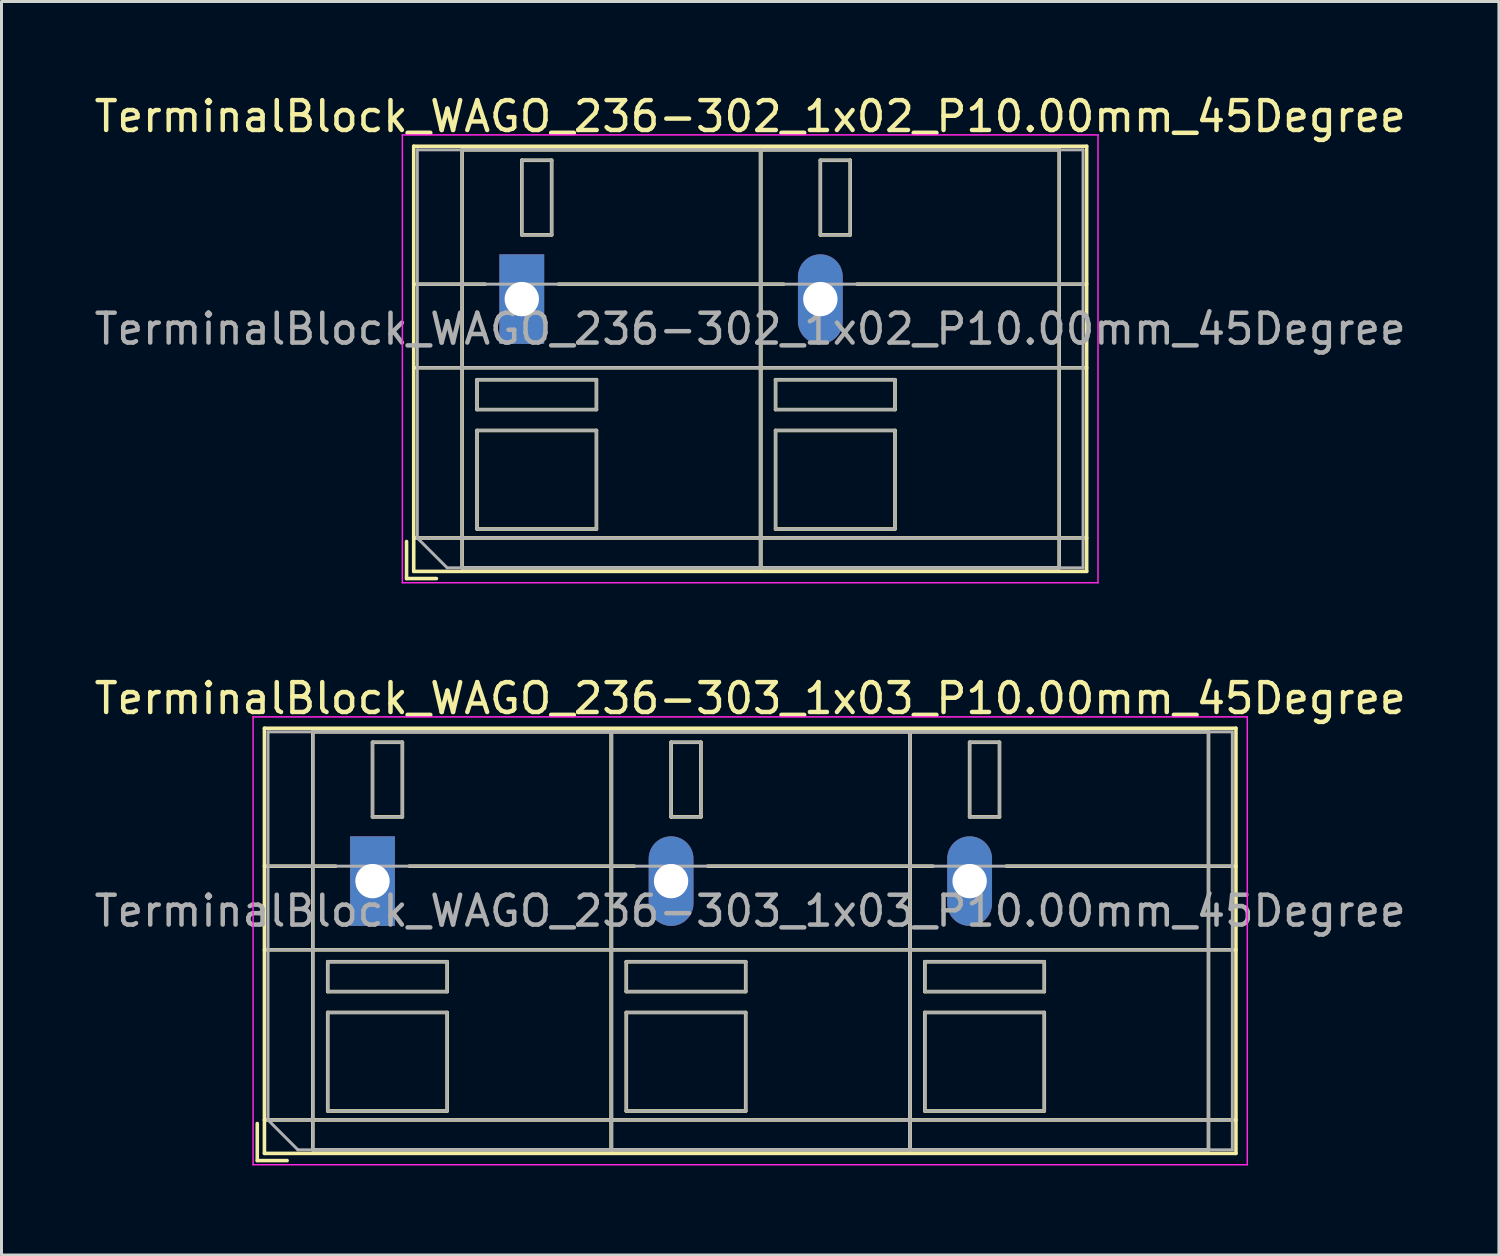
<source format=kicad_pcb>
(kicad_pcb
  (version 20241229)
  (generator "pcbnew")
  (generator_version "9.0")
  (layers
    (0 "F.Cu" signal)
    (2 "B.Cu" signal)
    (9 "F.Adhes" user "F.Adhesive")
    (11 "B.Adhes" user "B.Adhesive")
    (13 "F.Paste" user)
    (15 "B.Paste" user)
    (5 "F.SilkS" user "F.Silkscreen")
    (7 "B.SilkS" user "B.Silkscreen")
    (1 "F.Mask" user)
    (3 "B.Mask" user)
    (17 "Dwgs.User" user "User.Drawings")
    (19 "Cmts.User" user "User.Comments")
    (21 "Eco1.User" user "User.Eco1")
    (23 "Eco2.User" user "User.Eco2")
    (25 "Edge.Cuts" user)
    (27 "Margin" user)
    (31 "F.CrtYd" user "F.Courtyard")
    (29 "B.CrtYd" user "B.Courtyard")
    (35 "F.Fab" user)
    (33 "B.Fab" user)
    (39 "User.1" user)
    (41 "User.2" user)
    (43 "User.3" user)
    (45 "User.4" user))
  (footprint "TerminalBlock_WAGO_236-303_1x03_P10.00mm_45Degree"
    (layer "F.Cu")
    (at 9.427 26.462)
    (property "Reference" "TerminalBlock_WAGO_236-303_1x03_P10.00mm_45Degree" (at 12.65 -6.12 0) (layer "F.SilkS") (effects (font (size 1 1) (thickness 0.15))))
    (attr through_hole)
    (fp_line (start -3.86 8.12) (end -3.86 9.36) (stroke (width 0.12) (type solid)) (layer "F.SilkS"))
    (fp_line (start -3.86 9.36) (end -2.86 9.36) (stroke (width 0.12) (type solid)) (layer "F.SilkS"))
    (fp_line (start -3.62 -5.12) (end -3.62 9.12) (stroke (width 0.12) (type solid)) (layer "F.SilkS"))
    (fp_line (start -3.62 -5.12) (end 28.92 -5.12) (stroke (width 0.12) (type solid)) (layer "F.SilkS"))
    (fp_line (start -3.62 -0.5) (end -1.23 -0.5) (stroke (width 0.12) (type solid)) (layer "F.SilkS"))
    (fp_line (start -3.62 2.3) (end 28.92 2.3) (stroke (width 0.12) (type solid)) (layer "F.SilkS"))
    (fp_line (start -3.62 8) (end 28.92 8) (stroke (width 0.12) (type solid)) (layer "F.SilkS"))
    (fp_line (start -3.62 9.12) (end 28.92 9.12) (stroke (width 0.12) (type solid)) (layer "F.SilkS"))
    (fp_line (start -2 -5) (end -2 9) (stroke (width 0.12) (type solid)) (layer "F.SilkS"))
    (fp_line (start -2 -5) (end 8 -5) (stroke (width 0.12) (type solid)) (layer "F.SilkS"))
    (fp_line (start -2 9) (end 8 9) (stroke (width 0.12) (type solid)) (layer "F.SilkS"))
    (fp_line (start -1.5 2.7) (end -1.5 3.7) (stroke (width 0.12) (type solid)) (layer "F.SilkS"))
    (fp_line (start -1.5 2.7) (end 2.5 2.7) (stroke (width 0.12) (type solid)) (layer "F.SilkS"))
    (fp_line (start -1.5 3.7) (end 2.5 3.7) (stroke (width 0.12) (type solid)) (layer "F.SilkS"))
    (fp_line (start -1.5 4.4) (end -1.5 7.7) (stroke (width 0.12) (type solid)) (layer "F.SilkS"))
    (fp_line (start -1.5 4.4) (end 2.5 4.4) (stroke (width 0.12) (type solid)) (layer "F.SilkS"))
    (fp_line (start -1.5 7.7) (end 2.5 7.7) (stroke (width 0.12) (type solid)) (layer "F.SilkS"))
    (fp_line (start 0 -4.65) (end 0 -2.151) (stroke (width 0.12) (type solid)) (layer "F.SilkS"))
    (fp_line (start 0 -4.65) (end 1 -4.65) (stroke (width 0.12) (type solid)) (layer "F.SilkS"))
    (fp_line (start 0 -2.151) (end 1 -2.151) (stroke (width 0.12) (type solid)) (layer "F.SilkS"))
    (fp_line (start 1 -4.65) (end 1 -2.151) (stroke (width 0.12) (type solid)) (layer "F.SilkS"))
    (fp_line (start 1.23 -0.5) (end 8.77 -0.5) (stroke (width 0.12) (type solid)) (layer "F.SilkS"))
    (fp_line (start 2.5 2.7) (end 2.5 3.7) (stroke (width 0.12) (type solid)) (layer "F.SilkS"))
    (fp_line (start 2.5 4.4) (end 2.5 7.7) (stroke (width 0.12) (type solid)) (layer "F.SilkS"))
    (fp_line (start 8 -5) (end 8 9) (stroke (width 0.12) (type solid)) (layer "F.SilkS"))
    (fp_line (start 8 -5) (end 8 9) (stroke (width 0.12) (type solid)) (layer "F.SilkS"))
    (fp_line (start 8 -5) (end 18 -5) (stroke (width 0.12) (type solid)) (layer "F.SilkS"))
    (fp_line (start 8 9) (end 18 9) (stroke (width 0.12) (type solid)) (layer "F.SilkS"))
    (fp_line (start 8.5 2.7) (end 8.5 3.7) (stroke (width 0.12) (type solid)) (layer "F.SilkS"))
    (fp_line (start 8.5 2.7) (end 12.5 2.7) (stroke (width 0.12) (type solid)) (layer "F.SilkS"))
    (fp_line (start 8.5 3.7) (end 12.5 3.7) (stroke (width 0.12) (type solid)) (layer "F.SilkS"))
    (fp_line (start 8.5 4.4) (end 8.5 7.7) (stroke (width 0.12) (type solid)) (layer "F.SilkS"))
    (fp_line (start 8.5 4.4) (end 12.5 4.4) (stroke (width 0.12) (type solid)) (layer "F.SilkS"))
    (fp_line (start 8.5 7.7) (end 12.5 7.7) (stroke (width 0.12) (type solid)) (layer "F.SilkS"))
    (fp_line (start 10 -4.65) (end 10 -2.151) (stroke (width 0.12) (type solid)) (layer "F.SilkS"))
    (fp_line (start 10 -4.65) (end 11 -4.65) (stroke (width 0.12) (type solid)) (layer "F.SilkS"))
    (fp_line (start 10 -2.151) (end 11 -2.151) (stroke (width 0.12) (type solid)) (layer "F.SilkS"))
    (fp_line (start 11 -4.65) (end 11 -2.151) (stroke (width 0.12) (type solid)) (layer "F.SilkS"))
    (fp_line (start 11.23 -0.5) (end 18.77 -0.5) (stroke (width 0.12) (type solid)) (layer "F.SilkS"))
    (fp_line (start 12.5 2.7) (end 12.5 3.7) (stroke (width 0.12) (type solid)) (layer "F.SilkS"))
    (fp_line (start 12.5 4.4) (end 12.5 7.7) (stroke (width 0.12) (type solid)) (layer "F.SilkS"))
    (fp_line (start 18 -5) (end 18 9) (stroke (width 0.12) (type solid)) (layer "F.SilkS"))
    (fp_line (start 18 -5) (end 18 9) (stroke (width 0.12) (type solid)) (layer "F.SilkS"))
    (fp_line (start 18 -5) (end 28 -5) (stroke (width 0.12) (type solid)) (layer "F.SilkS"))
    (fp_line (start 18 9) (end 28 9) (stroke (width 0.12) (type solid)) (layer "F.SilkS"))
    (fp_line (start 18.5 2.7) (end 18.5 3.7) (stroke (width 0.12) (type solid)) (layer "F.SilkS"))
    (fp_line (start 18.5 2.7) (end 22.5 2.7) (stroke (width 0.12) (type solid)) (layer "F.SilkS"))
    (fp_line (start 18.5 3.7) (end 22.5 3.7) (stroke (width 0.12) (type solid)) (layer "F.SilkS"))
    (fp_line (start 18.5 4.4) (end 18.5 7.7) (stroke (width 0.12) (type solid)) (layer "F.SilkS"))
    (fp_line (start 18.5 4.4) (end 22.5 4.4) (stroke (width 0.12) (type solid)) (layer "F.SilkS"))
    (fp_line (start 18.5 7.7) (end 22.5 7.7) (stroke (width 0.12) (type solid)) (layer "F.SilkS"))
    (fp_line (start 20 -4.65) (end 20 -2.151) (stroke (width 0.12) (type solid)) (layer "F.SilkS"))
    (fp_line (start 20 -4.65) (end 21 -4.65) (stroke (width 0.12) (type solid)) (layer "F.SilkS"))
    (fp_line (start 20 -2.151) (end 21 -2.151) (stroke (width 0.12) (type solid)) (layer "F.SilkS"))
    (fp_line (start 21 -4.65) (end 21 -2.151) (stroke (width 0.12) (type solid)) (layer "F.SilkS"))
    (fp_line (start 21.23 -0.5) (end 28.92 -0.5) (stroke (width 0.12) (type solid)) (layer "F.SilkS"))
    (fp_line (start 22.5 2.7) (end 22.5 3.7) (stroke (width 0.12) (type solid)) (layer "F.SilkS"))
    (fp_line (start 22.5 4.4) (end 22.5 7.7) (stroke (width 0.12) (type solid)) (layer "F.SilkS"))
    (fp_line (start 28 -5) (end 28 9) (stroke (width 0.12) (type solid)) (layer "F.SilkS"))
    (fp_line (start 28.92 -5.12) (end 28.92 9.12) (stroke (width 0.12) (type solid)) (layer "F.SilkS"))
    (fp_line (start -4 -5.5) (end -4 9.5) (stroke (width 0.05) (type solid)) (layer "F.CrtYd"))
    (fp_line (start -4 9.5) (end 29.3 9.5) (stroke (width 0.05) (type solid)) (layer "F.CrtYd"))
    (fp_line (start 29.3 -5.5) (end -4 -5.5) (stroke (width 0.05) (type solid)) (layer "F.CrtYd"))
    (fp_line (start 29.3 9.5) (end 29.3 -5.5) (stroke (width 0.05) (type solid)) (layer "F.CrtYd"))
    (fp_line (start -3.5 -5) (end 28.8 -5) (stroke (width 0.1) (type solid)) (layer "F.Fab"))
    (fp_line (start -3.5 -0.5) (end 28.8 -0.5) (stroke (width 0.1) (type solid)) (layer "F.Fab"))
    (fp_line (start -3.5 2.3) (end 28.8 2.3) (stroke (width 0.1) (type solid)) (layer "F.Fab"))
    (fp_line (start -3.5 8) (end -3.5 -5) (stroke (width 0.1) (type solid)) (layer "F.Fab"))
    (fp_line (start -3.5 8) (end 28.8 8) (stroke (width 0.1) (type solid)) (layer "F.Fab"))
    (fp_line (start -2.5 9) (end -3.5 8) (stroke (width 0.1) (type solid)) (layer "F.Fab"))
    (fp_line (start -2 -5) (end -2 9) (stroke (width 0.1) (type solid)) (layer "F.Fab"))
    (fp_line (start -2 9) (end 8 9) (stroke (width 0.1) (type solid)) (layer "F.Fab"))
    (fp_line (start -1.5 2.7) (end -1.5 3.7) (stroke (width 0.1) (type solid)) (layer "F.Fab"))
    (fp_line (start -1.5 3.7) (end 2.5 3.7) (stroke (width 0.1) (type solid)) (layer "F.Fab"))
    (fp_line (start -1.5 4.4) (end -1.5 7.7) (stroke (width 0.1) (type solid)) (layer "F.Fab"))
    (fp_line (start -1.5 7.7) (end 2.5 7.7) (stroke (width 0.1) (type solid)) (layer "F.Fab"))
    (fp_line (start 0 -4.65) (end 0 -2.15) (stroke (width 0.1) (type solid)) (layer "F.Fab"))
    (fp_line (start 0 -2.15) (end 1 -2.15) (stroke (width 0.1) (type solid)) (layer "F.Fab"))
    (fp_line (start 1 -4.65) (end 0 -4.65) (stroke (width 0.1) (type solid)) (layer "F.Fab"))
    (fp_line (start 1 -2.15) (end 1 -4.65) (stroke (width 0.1) (type solid)) (layer "F.Fab"))
    (fp_line (start 2.5 2.7) (end -1.5 2.7) (stroke (width 0.1) (type solid)) (layer "F.Fab"))
    (fp_line (start 2.5 3.7) (end 2.5 2.7) (stroke (width 0.1) (type solid)) (layer "F.Fab"))
    (fp_line (start 2.5 4.4) (end -1.5 4.4) (stroke (width 0.1) (type solid)) (layer "F.Fab"))
    (fp_line (start 2.5 7.7) (end 2.5 4.4) (stroke (width 0.1) (type solid)) (layer "F.Fab"))
    (fp_line (start 8 -5) (end -2 -5) (stroke (width 0.1) (type solid)) (layer "F.Fab"))
    (fp_line (start 8 -5) (end 8 9) (stroke (width 0.1) (type solid)) (layer "F.Fab"))
    (fp_line (start 8 9) (end 8 -5) (stroke (width 0.1) (type solid)) (layer "F.Fab"))
    (fp_line (start 8 9) (end 18 9) (stroke (width 0.1) (type solid)) (layer "F.Fab"))
    (fp_line (start 8.5 2.7) (end 8.5 3.7) (stroke (width 0.1) (type solid)) (layer "F.Fab"))
    (fp_line (start 8.5 3.7) (end 12.5 3.7) (stroke (width 0.1) (type solid)) (layer "F.Fab"))
    (fp_line (start 8.5 4.4) (end 8.5 7.7) (stroke (width 0.1) (type solid)) (layer "F.Fab"))
    (fp_line (start 8.5 7.7) (end 12.5 7.7) (stroke (width 0.1) (type solid)) (layer "F.Fab"))
    (fp_line (start 10 -4.65) (end 10 -2.15) (stroke (width 0.1) (type solid)) (layer "F.Fab"))
    (fp_line (start 10 -2.15) (end 11 -2.15) (stroke (width 0.1) (type solid)) (layer "F.Fab"))
    (fp_line (start 11 -4.65) (end 10 -4.65) (stroke (width 0.1) (type solid)) (layer "F.Fab"))
    (fp_line (start 11 -2.15) (end 11 -4.65) (stroke (width 0.1) (type solid)) (layer "F.Fab"))
    (fp_line (start 12.5 2.7) (end 8.5 2.7) (stroke (width 0.1) (type solid)) (layer "F.Fab"))
    (fp_line (start 12.5 3.7) (end 12.5 2.7) (stroke (width 0.1) (type solid)) (layer "F.Fab"))
    (fp_line (start 12.5 4.4) (end 8.5 4.4) (stroke (width 0.1) (type solid)) (layer "F.Fab"))
    (fp_line (start 12.5 7.7) (end 12.5 4.4) (stroke (width 0.1) (type solid)) (layer "F.Fab"))
    (fp_line (start 18 -5) (end 8 -5) (stroke (width 0.1) (type solid)) (layer "F.Fab"))
    (fp_line (start 18 -5) (end 18 9) (stroke (width 0.1) (type solid)) (layer "F.Fab"))
    (fp_line (start 18 9) (end 18 -5) (stroke (width 0.1) (type solid)) (layer "F.Fab"))
    (fp_line (start 18 9) (end 28 9) (stroke (width 0.1) (type solid)) (layer "F.Fab"))
    (fp_line (start 18.5 2.7) (end 18.5 3.7) (stroke (width 0.1) (type solid)) (layer "F.Fab"))
    (fp_line (start 18.5 3.7) (end 22.5 3.7) (stroke (width 0.1) (type solid)) (layer "F.Fab"))
    (fp_line (start 18.5 4.4) (end 18.5 7.7) (stroke (width 0.1) (type solid)) (layer "F.Fab"))
    (fp_line (start 18.5 7.7) (end 22.5 7.7) (stroke (width 0.1) (type solid)) (layer "F.Fab"))
    (fp_line (start 20 -4.65) (end 20 -2.15) (stroke (width 0.1) (type solid)) (layer "F.Fab"))
    (fp_line (start 20 -2.15) (end 21 -2.15) (stroke (width 0.1) (type solid)) (layer "F.Fab"))
    (fp_line (start 21 -4.65) (end 20 -4.65) (stroke (width 0.1) (type solid)) (layer "F.Fab"))
    (fp_line (start 21 -2.15) (end 21 -4.65) (stroke (width 0.1) (type solid)) (layer "F.Fab"))
    (fp_line (start 22.5 2.7) (end 18.5 2.7) (stroke (width 0.1) (type solid)) (layer "F.Fab"))
    (fp_line (start 22.5 3.7) (end 22.5 2.7) (stroke (width 0.1) (type solid)) (layer "F.Fab"))
    (fp_line (start 22.5 4.4) (end 18.5 4.4) (stroke (width 0.1) (type solid)) (layer "F.Fab"))
    (fp_line (start 22.5 7.7) (end 22.5 4.4) (stroke (width 0.1) (type solid)) (layer "F.Fab"))
    (fp_line (start 28 -5) (end 18 -5) (stroke (width 0.1) (type solid)) (layer "F.Fab"))
    (fp_line (start 28 9) (end 28 -5) (stroke (width 0.1) (type solid)) (layer "F.Fab"))
    (fp_line (start 28.8 -5) (end 28.8 9) (stroke (width 0.1) (type solid)) (layer "F.Fab"))
    (fp_line (start 28.8 9) (end -2.5 9) (stroke (width 0.1) (type solid)) (layer "F.Fab"))
    (fp_text user "${REFERENCE}" (at 12.65 1 0) (layer "F.Fab") (effects (font (size 1 1) (thickness 0.15))))
    (pad "1" thru_hole rect (at 0 0) (size 1.5 3) (drill 1.15) (layers "*.Cu" "*.Mask"))
    (pad "2" thru_hole oval (at 10 0) (size 1.5 3) (drill 1.15) (layers "*.Cu" "*.Mask"))
    (pad "3" thru_hole oval (at 20 0) (size 1.5 3) (drill 1.15) (layers "*.Cu" "*.Mask")))
  (footprint "TerminalBlock_WAGO_236-302_1x02_P10.00mm_45Degree"
    (layer "F.Cu")
    (at 14.427 6.968)
    (property "Reference" "TerminalBlock_WAGO_236-302_1x02_P10.00mm_45Degree" (at 7.65 -6.12 0) (layer "F.SilkS") (effects (font (size 1 1) (thickness 0.15))))
    (attr through_hole)
    (fp_line (start -3.86 8.12) (end -3.86 9.36) (stroke (width 0.12) (type solid)) (layer "F.SilkS"))
    (fp_line (start -3.86 9.36) (end -2.86 9.36) (stroke (width 0.12) (type solid)) (layer "F.SilkS"))
    (fp_line (start -3.62 -5.12) (end -3.62 9.12) (stroke (width 0.12) (type solid)) (layer "F.SilkS"))
    (fp_line (start -3.62 -5.12) (end 18.92 -5.12) (stroke (width 0.12) (type solid)) (layer "F.SilkS"))
    (fp_line (start -3.62 -0.5) (end -1.23 -0.5) (stroke (width 0.12) (type solid)) (layer "F.SilkS"))
    (fp_line (start -3.62 2.3) (end 18.92 2.3) (stroke (width 0.12) (type solid)) (layer "F.SilkS"))
    (fp_line (start -3.62 8) (end 18.92 8) (stroke (width 0.12) (type solid)) (layer "F.SilkS"))
    (fp_line (start -3.62 9.12) (end 18.92 9.12) (stroke (width 0.12) (type solid)) (layer "F.SilkS"))
    (fp_line (start -2 -5) (end -2 9) (stroke (width 0.12) (type solid)) (layer "F.SilkS"))
    (fp_line (start -2 -5) (end 8 -5) (stroke (width 0.12) (type solid)) (layer "F.SilkS"))
    (fp_line (start -2 9) (end 8 9) (stroke (width 0.12) (type solid)) (layer "F.SilkS"))
    (fp_line (start -1.5 2.7) (end -1.5 3.7) (stroke (width 0.12) (type solid)) (layer "F.SilkS"))
    (fp_line (start -1.5 2.7) (end 2.5 2.7) (stroke (width 0.12) (type solid)) (layer "F.SilkS"))
    (fp_line (start -1.5 3.7) (end 2.5 3.7) (stroke (width 0.12) (type solid)) (layer "F.SilkS"))
    (fp_line (start -1.5 4.4) (end -1.5 7.7) (stroke (width 0.12) (type solid)) (layer "F.SilkS"))
    (fp_line (start -1.5 4.4) (end 2.5 4.4) (stroke (width 0.12) (type solid)) (layer "F.SilkS"))
    (fp_line (start -1.5 7.7) (end 2.5 7.7) (stroke (width 0.12) (type solid)) (layer "F.SilkS"))
    (fp_line (start 0 -4.65) (end 0 -2.151) (stroke (width 0.12) (type solid)) (layer "F.SilkS"))
    (fp_line (start 0 -4.65) (end 1 -4.65) (stroke (width 0.12) (type solid)) (layer "F.SilkS"))
    (fp_line (start 0 -2.151) (end 1 -2.151) (stroke (width 0.12) (type solid)) (layer "F.SilkS"))
    (fp_line (start 1 -4.65) (end 1 -2.151) (stroke (width 0.12) (type solid)) (layer "F.SilkS"))
    (fp_line (start 1.23 -0.5) (end 8.77 -0.5) (stroke (width 0.12) (type solid)) (layer "F.SilkS"))
    (fp_line (start 2.5 2.7) (end 2.5 3.7) (stroke (width 0.12) (type solid)) (layer "F.SilkS"))
    (fp_line (start 2.5 4.4) (end 2.5 7.7) (stroke (width 0.12) (type solid)) (layer "F.SilkS"))
    (fp_line (start 8 -5) (end 8 9) (stroke (width 0.12) (type solid)) (layer "F.SilkS"))
    (fp_line (start 8 -5) (end 8 9) (stroke (width 0.12) (type solid)) (layer "F.SilkS"))
    (fp_line (start 8 -5) (end 18 -5) (stroke (width 0.12) (type solid)) (layer "F.SilkS"))
    (fp_line (start 8 9) (end 18 9) (stroke (width 0.12) (type solid)) (layer "F.SilkS"))
    (fp_line (start 8.5 2.7) (end 8.5 3.7) (stroke (width 0.12) (type solid)) (layer "F.SilkS"))
    (fp_line (start 8.5 2.7) (end 12.5 2.7) (stroke (width 0.12) (type solid)) (layer "F.SilkS"))
    (fp_line (start 8.5 3.7) (end 12.5 3.7) (stroke (width 0.12) (type solid)) (layer "F.SilkS"))
    (fp_line (start 8.5 4.4) (end 8.5 7.7) (stroke (width 0.12) (type solid)) (layer "F.SilkS"))
    (fp_line (start 8.5 4.4) (end 12.5 4.4) (stroke (width 0.12) (type solid)) (layer "F.SilkS"))
    (fp_line (start 8.5 7.7) (end 12.5 7.7) (stroke (width 0.12) (type solid)) (layer "F.SilkS"))
    (fp_line (start 10 -4.65) (end 10 -2.151) (stroke (width 0.12) (type solid)) (layer "F.SilkS"))
    (fp_line (start 10 -4.65) (end 11 -4.65) (stroke (width 0.12) (type solid)) (layer "F.SilkS"))
    (fp_line (start 10 -2.151) (end 11 -2.151) (stroke (width 0.12) (type solid)) (layer "F.SilkS"))
    (fp_line (start 11 -4.65) (end 11 -2.151) (stroke (width 0.12) (type solid)) (layer "F.SilkS"))
    (fp_line (start 11.23 -0.5) (end 18.92 -0.5) (stroke (width 0.12) (type solid)) (layer "F.SilkS"))
    (fp_line (start 12.5 2.7) (end 12.5 3.7) (stroke (width 0.12) (type solid)) (layer "F.SilkS"))
    (fp_line (start 12.5 4.4) (end 12.5 7.7) (stroke (width 0.12) (type solid)) (layer "F.SilkS"))
    (fp_line (start 18 -5) (end 18 9) (stroke (width 0.12) (type solid)) (layer "F.SilkS"))
    (fp_line (start 18.92 -5.12) (end 18.92 9.12) (stroke (width 0.12) (type solid)) (layer "F.SilkS"))
    (fp_line (start -4 -5.5) (end -4 9.5) (stroke (width 0.05) (type solid)) (layer "F.CrtYd"))
    (fp_line (start -4 9.5) (end 19.3 9.5) (stroke (width 0.05) (type solid)) (layer "F.CrtYd"))
    (fp_line (start 19.3 -5.5) (end -4 -5.5) (stroke (width 0.05) (type solid)) (layer "F.CrtYd"))
    (fp_line (start 19.3 9.5) (end 19.3 -5.5) (stroke (width 0.05) (type solid)) (layer "F.CrtYd"))
    (fp_line (start -3.5 -5) (end 18.8 -5) (stroke (width 0.1) (type solid)) (layer "F.Fab"))
    (fp_line (start -3.5 -0.5) (end 18.8 -0.5) (stroke (width 0.1) (type solid)) (layer "F.Fab"))
    (fp_line (start -3.5 2.3) (end 18.8 2.3) (stroke (width 0.1) (type solid)) (layer "F.Fab"))
    (fp_line (start -3.5 8) (end -3.5 -5) (stroke (width 0.1) (type solid)) (layer "F.Fab"))
    (fp_line (start -3.5 8) (end 18.8 8) (stroke (width 0.1) (type solid)) (layer "F.Fab"))
    (fp_line (start -2.5 9) (end -3.5 8) (stroke (width 0.1) (type solid)) (layer "F.Fab"))
    (fp_line (start -2 -5) (end -2 9) (stroke (width 0.1) (type solid)) (layer "F.Fab"))
    (fp_line (start -2 9) (end 8 9) (stroke (width 0.1) (type solid)) (layer "F.Fab"))
    (fp_line (start -1.5 2.7) (end -1.5 3.7) (stroke (width 0.1) (type solid)) (layer "F.Fab"))
    (fp_line (start -1.5 3.7) (end 2.5 3.7) (stroke (width 0.1) (type solid)) (layer "F.Fab"))
    (fp_line (start -1.5 4.4) (end -1.5 7.7) (stroke (width 0.1) (type solid)) (layer "F.Fab"))
    (fp_line (start -1.5 7.7) (end 2.5 7.7) (stroke (width 0.1) (type solid)) (layer "F.Fab"))
    (fp_line (start 0 -4.65) (end 0 -2.15) (stroke (width 0.1) (type solid)) (layer "F.Fab"))
    (fp_line (start 0 -2.15) (end 1 -2.15) (stroke (width 0.1) (type solid)) (layer "F.Fab"))
    (fp_line (start 1 -4.65) (end 0 -4.65) (stroke (width 0.1) (type solid)) (layer "F.Fab"))
    (fp_line (start 1 -2.15) (end 1 -4.65) (stroke (width 0.1) (type solid)) (layer "F.Fab"))
    (fp_line (start 2.5 2.7) (end -1.5 2.7) (stroke (width 0.1) (type solid)) (layer "F.Fab"))
    (fp_line (start 2.5 3.7) (end 2.5 2.7) (stroke (width 0.1) (type solid)) (layer "F.Fab"))
    (fp_line (start 2.5 4.4) (end -1.5 4.4) (stroke (width 0.1) (type solid)) (layer "F.Fab"))
    (fp_line (start 2.5 7.7) (end 2.5 4.4) (stroke (width 0.1) (type solid)) (layer "F.Fab"))
    (fp_line (start 8 -5) (end -2 -5) (stroke (width 0.1) (type solid)) (layer "F.Fab"))
    (fp_line (start 8 -5) (end 8 9) (stroke (width 0.1) (type solid)) (layer "F.Fab"))
    (fp_line (start 8 9) (end 8 -5) (stroke (width 0.1) (type solid)) (layer "F.Fab"))
    (fp_line (start 8 9) (end 18 9) (stroke (width 0.1) (type solid)) (layer "F.Fab"))
    (fp_line (start 8.5 2.7) (end 8.5 3.7) (stroke (width 0.1) (type solid)) (layer "F.Fab"))
    (fp_line (start 8.5 3.7) (end 12.5 3.7) (stroke (width 0.1) (type solid)) (layer "F.Fab"))
    (fp_line (start 8.5 4.4) (end 8.5 7.7) (stroke (width 0.1) (type solid)) (layer "F.Fab"))
    (fp_line (start 8.5 7.7) (end 12.5 7.7) (stroke (width 0.1) (type solid)) (layer "F.Fab"))
    (fp_line (start 10 -4.65) (end 10 -2.15) (stroke (width 0.1) (type solid)) (layer "F.Fab"))
    (fp_line (start 10 -2.15) (end 11 -2.15) (stroke (width 0.1) (type solid)) (layer "F.Fab"))
    (fp_line (start 11 -4.65) (end 10 -4.65) (stroke (width 0.1) (type solid)) (layer "F.Fab"))
    (fp_line (start 11 -2.15) (end 11 -4.65) (stroke (width 0.1) (type solid)) (layer "F.Fab"))
    (fp_line (start 12.5 2.7) (end 8.5 2.7) (stroke (width 0.1) (type solid)) (layer "F.Fab"))
    (fp_line (start 12.5 3.7) (end 12.5 2.7) (stroke (width 0.1) (type solid)) (layer "F.Fab"))
    (fp_line (start 12.5 4.4) (end 8.5 4.4) (stroke (width 0.1) (type solid)) (layer "F.Fab"))
    (fp_line (start 12.5 7.7) (end 12.5 4.4) (stroke (width 0.1) (type solid)) (layer "F.Fab"))
    (fp_line (start 18 -5) (end 8 -5) (stroke (width 0.1) (type solid)) (layer "F.Fab"))
    (fp_line (start 18 9) (end 18 -5) (stroke (width 0.1) (type solid)) (layer "F.Fab"))
    (fp_line (start 18.8 -5) (end 18.8 9) (stroke (width 0.1) (type solid)) (layer "F.Fab"))
    (fp_line (start 18.8 9) (end -2.5 9) (stroke (width 0.1) (type solid)) (layer "F.Fab"))
    (fp_text user "${REFERENCE}" (at 7.65 1 0) (layer "F.Fab") (effects (font (size 1 1) (thickness 0.15))))
    (pad "1" thru_hole rect (at 0 0) (size 1.5 3) (drill 1.15) (layers "*.Cu" "*.Mask"))
    (pad "2" thru_hole oval (at 10 0) (size 1.5 3) (drill 1.15) (layers "*.Cu" "*.Mask")))
  (gr_rect
    (start -3 -3)
    (end 47.155 38.986)
    (stroke (width 0.1) (type default))
    (fill no)
    (layer "Edge.Cuts")))
</source>
